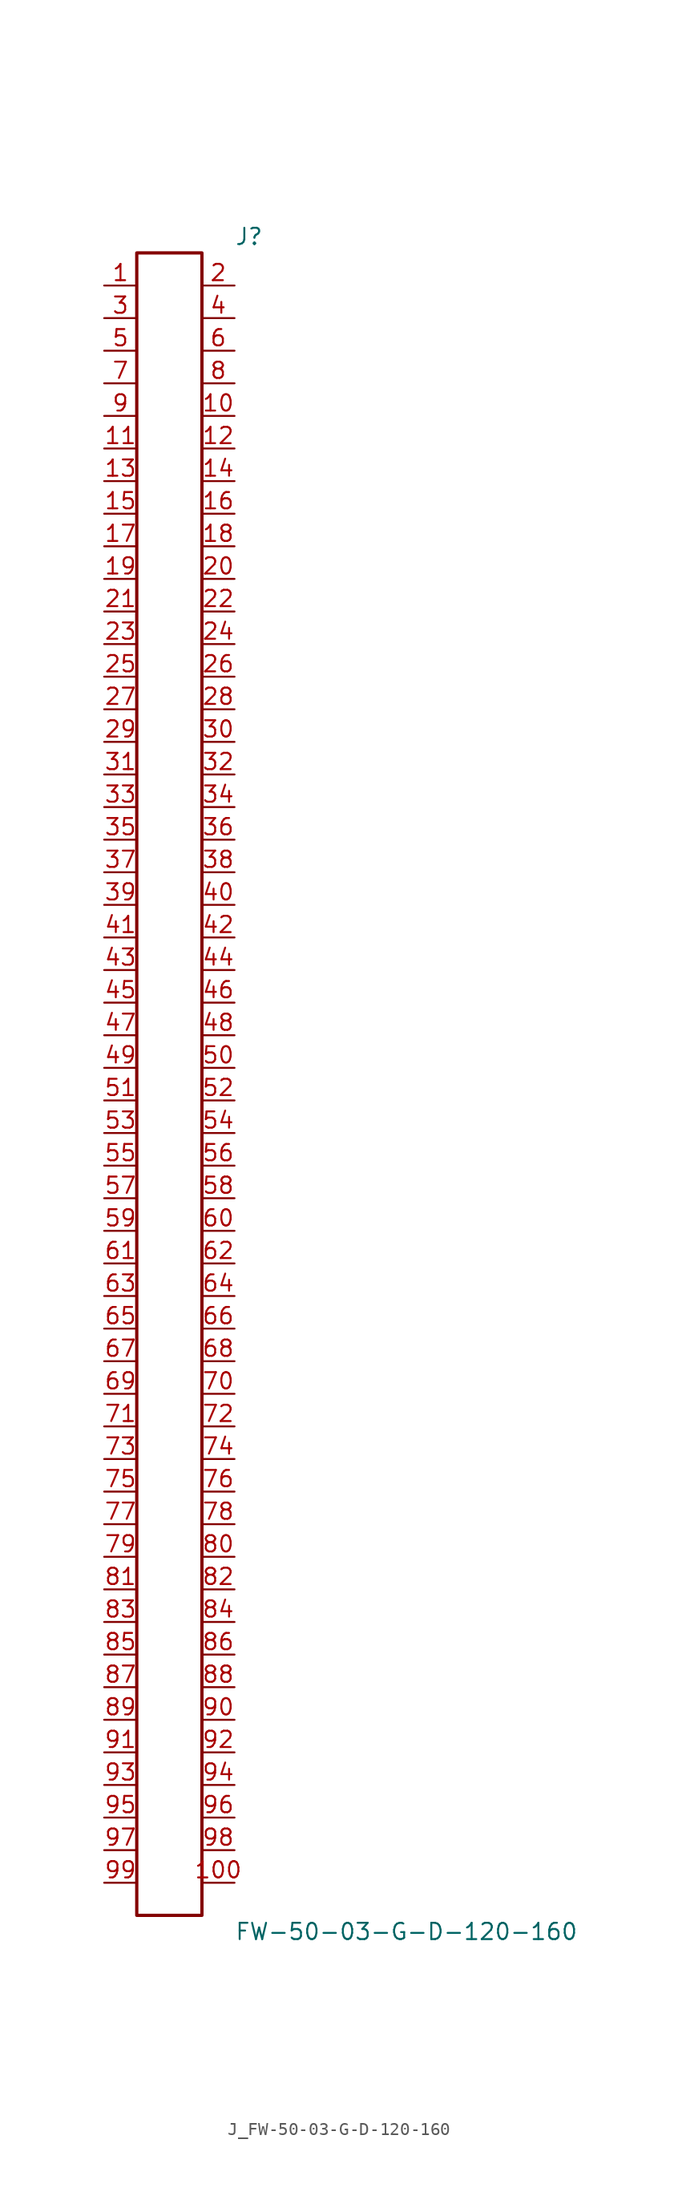
<source format=kicad_sym>
(kicad_symbol_lib
  (version 20231120)
  (generator kicad_symbol_editor)
  (generator_version 8.0)
  (symbol "J_FW-50-03-G-D-120-160"
    (pin_names
      (offset 0.254))
    (property "Reference" "J"
      (at 5.08 66.04 0)
      (effects (font (size 1.27 1.27)) (justify left)))
    (property "Value" "FW-50-03-G-D-120-160"
      (at 5.08 -66.04 0)
      (effects (font (size 1.27 1.27)) (justify left)))
    (symbol "J_FW-50-03-G-D-120-160_0_0"
      (pin passive line (at -5.08 62.23 0) (length 2.54) (name "" (effects (font (size 1.27 1.27)))) (number "1" (effects (font (size 1.27 1.27)))))
      (pin passive line (at 5.08 62.23 180) (length 2.54) (name "" (effects (font (size 1.27 1.27)))) (number "2" (effects (font (size 1.27 1.27)))))
      (pin passive line (at -5.08 59.69 0) (length 2.54) (name "" (effects (font (size 1.27 1.27)))) (number "3" (effects (font (size 1.27 1.27)))))
      (pin passive line (at 5.08 59.69 180) (length 2.54) (name "" (effects (font (size 1.27 1.27)))) (number "4" (effects (font (size 1.27 1.27)))))
      (pin passive line (at -5.08 57.15 0) (length 2.54) (name "" (effects (font (size 1.27 1.27)))) (number "5" (effects (font (size 1.27 1.27)))))
      (pin passive line (at 5.08 57.15 180) (length 2.54) (name "" (effects (font (size 1.27 1.27)))) (number "6" (effects (font (size 1.27 1.27)))))
      (pin passive line (at -5.08 54.61 0) (length 2.54) (name "" (effects (font (size 1.27 1.27)))) (number "7" (effects (font (size 1.27 1.27)))))
      (pin passive line (at 5.08 54.61 180) (length 2.54) (name "" (effects (font (size 1.27 1.27)))) (number "8" (effects (font (size 1.27 1.27)))))
      (pin passive line (at -5.08 52.07 0) (length 2.54) (name "" (effects (font (size 1.27 1.27)))) (number "9" (effects (font (size 1.27 1.27)))))
      (pin passive line (at 5.08 52.07 180) (length 2.54) (name "" (effects (font (size 1.27 1.27)))) (number "10" (effects (font (size 1.27 1.27)))))
      (pin passive line (at -5.08 49.53 0) (length 2.54) (name "" (effects (font (size 1.27 1.27)))) (number "11" (effects (font (size 1.27 1.27)))))
      (pin passive line (at 5.08 49.53 180) (length 2.54) (name "" (effects (font (size 1.27 1.27)))) (number "12" (effects (font (size 1.27 1.27)))))
      (pin passive line (at -5.08 46.99 0) (length 2.54) (name "" (effects (font (size 1.27 1.27)))) (number "13" (effects (font (size 1.27 1.27)))))
      (pin passive line (at 5.08 46.99 180) (length 2.54) (name "" (effects (font (size 1.27 1.27)))) (number "14" (effects (font (size 1.27 1.27)))))
      (pin passive line (at -5.08 44.45 0) (length 2.54) (name "" (effects (font (size 1.27 1.27)))) (number "15" (effects (font (size 1.27 1.27)))))
      (pin passive line (at 5.08 44.45 180) (length 2.54) (name "" (effects (font (size 1.27 1.27)))) (number "16" (effects (font (size 1.27 1.27)))))
      (pin passive line (at -5.08 41.91 0) (length 2.54) (name "" (effects (font (size 1.27 1.27)))) (number "17" (effects (font (size 1.27 1.27)))))
      (pin passive line (at 5.08 41.91 180) (length 2.54) (name "" (effects (font (size 1.27 1.27)))) (number "18" (effects (font (size 1.27 1.27)))))
      (pin passive line (at -5.08 39.37 0) (length 2.54) (name "" (effects (font (size 1.27 1.27)))) (number "19" (effects (font (size 1.27 1.27)))))
      (pin passive line (at 5.08 39.37 180) (length 2.54) (name "" (effects (font (size 1.27 1.27)))) (number "20" (effects (font (size 1.27 1.27)))))
      (pin passive line (at -5.08 36.83 0) (length 2.54) (name "" (effects (font (size 1.27 1.27)))) (number "21" (effects (font (size 1.27 1.27)))))
      (pin passive line (at 5.08 36.83 180) (length 2.54) (name "" (effects (font (size 1.27 1.27)))) (number "22" (effects (font (size 1.27 1.27)))))
      (pin passive line (at -5.08 34.29 0) (length 2.54) (name "" (effects (font (size 1.27 1.27)))) (number "23" (effects (font (size 1.27 1.27)))))
      (pin passive line (at 5.08 34.29 180) (length 2.54) (name "" (effects (font (size 1.27 1.27)))) (number "24" (effects (font (size 1.27 1.27)))))
      (pin passive line (at -5.08 31.75 0) (length 2.54) (name "" (effects (font (size 1.27 1.27)))) (number "25" (effects (font (size 1.27 1.27)))))
      (pin passive line (at 5.08 31.75 180) (length 2.54) (name "" (effects (font (size 1.27 1.27)))) (number "26" (effects (font (size 1.27 1.27)))))
      (pin passive line (at -5.08 29.21 0) (length 2.54) (name "" (effects (font (size 1.27 1.27)))) (number "27" (effects (font (size 1.27 1.27)))))
      (pin passive line (at 5.08 29.21 180) (length 2.54) (name "" (effects (font (size 1.27 1.27)))) (number "28" (effects (font (size 1.27 1.27)))))
      (pin passive line (at -5.08 26.67 0) (length 2.54) (name "" (effects (font (size 1.27 1.27)))) (number "29" (effects (font (size 1.27 1.27)))))
      (pin passive line (at 5.08 26.67 180) (length 2.54) (name "" (effects (font (size 1.27 1.27)))) (number "30" (effects (font (size 1.27 1.27)))))
      (pin passive line (at -5.08 24.13 0) (length 2.54) (name "" (effects (font (size 1.27 1.27)))) (number "31" (effects (font (size 1.27 1.27)))))
      (pin passive line (at 5.08 24.13 180) (length 2.54) (name "" (effects (font (size 1.27 1.27)))) (number "32" (effects (font (size 1.27 1.27)))))
      (pin passive line (at -5.08 21.59 0) (length 2.54) (name "" (effects (font (size 1.27 1.27)))) (number "33" (effects (font (size 1.27 1.27)))))
      (pin passive line (at 5.08 21.59 180) (length 2.54) (name "" (effects (font (size 1.27 1.27)))) (number "34" (effects (font (size 1.27 1.27)))))
      (pin passive line (at -5.08 19.05 0) (length 2.54) (name "" (effects (font (size 1.27 1.27)))) (number "35" (effects (font (size 1.27 1.27)))))
      (pin passive line (at 5.08 19.05 180) (length 2.54) (name "" (effects (font (size 1.27 1.27)))) (number "36" (effects (font (size 1.27 1.27)))))
      (pin passive line (at -5.08 16.51 0) (length 2.54) (name "" (effects (font (size 1.27 1.27)))) (number "37" (effects (font (size 1.27 1.27)))))
      (pin passive line (at 5.08 16.51 180) (length 2.54) (name "" (effects (font (size 1.27 1.27)))) (number "38" (effects (font (size 1.27 1.27)))))
      (pin passive line (at -5.08 13.97 0) (length 2.54) (name "" (effects (font (size 1.27 1.27)))) (number "39" (effects (font (size 1.27 1.27)))))
      (pin passive line (at 5.08 13.97 180) (length 2.54) (name "" (effects (font (size 1.27 1.27)))) (number "40" (effects (font (size 1.27 1.27)))))
      (pin passive line (at -5.08 11.43 0) (length 2.54) (name "" (effects (font (size 1.27 1.27)))) (number "41" (effects (font (size 1.27 1.27)))))
      (pin passive line (at 5.08 11.43 180) (length 2.54) (name "" (effects (font (size 1.27 1.27)))) (number "42" (effects (font (size 1.27 1.27)))))
      (pin passive line (at -5.08 8.89 0) (length 2.54) (name "" (effects (font (size 1.27 1.27)))) (number "43" (effects (font (size 1.27 1.27)))))
      (pin passive line (at 5.08 8.89 180) (length 2.54) (name "" (effects (font (size 1.27 1.27)))) (number "44" (effects (font (size 1.27 1.27)))))
      (pin passive line (at -5.08 6.35 0) (length 2.54) (name "" (effects (font (size 1.27 1.27)))) (number "45" (effects (font (size 1.27 1.27)))))
      (pin passive line (at 5.08 6.35 180) (length 2.54) (name "" (effects (font (size 1.27 1.27)))) (number "46" (effects (font (size 1.27 1.27)))))
      (pin passive line (at -5.08 3.81 0) (length 2.54) (name "" (effects (font (size 1.27 1.27)))) (number "47" (effects (font (size 1.27 1.27)))))
      (pin passive line (at 5.08 3.81 180) (length 2.54) (name "" (effects (font (size 1.27 1.27)))) (number "48" (effects (font (size 1.27 1.27)))))
      (pin passive line (at -5.08 1.27 0) (length 2.54) (name "" (effects (font (size 1.27 1.27)))) (number "49" (effects (font (size 1.27 1.27)))))
      (pin passive line (at 5.08 1.27 180) (length 2.54) (name "" (effects (font (size 1.27 1.27)))) (number "50" (effects (font (size 1.27 1.27)))))
      (pin passive line (at -5.08 -1.27 0) (length 2.54) (name "" (effects (font (size 1.27 1.27)))) (number "51" (effects (font (size 1.27 1.27)))))
      (pin passive line (at 5.08 -1.27 180) (length 2.54) (name "" (effects (font (size 1.27 1.27)))) (number "52" (effects (font (size 1.27 1.27)))))
      (pin passive line (at -5.08 -3.81 0) (length 2.54) (name "" (effects (font (size 1.27 1.27)))) (number "53" (effects (font (size 1.27 1.27)))))
      (pin passive line (at 5.08 -3.81 180) (length 2.54) (name "" (effects (font (size 1.27 1.27)))) (number "54" (effects (font (size 1.27 1.27)))))
      (pin passive line (at -5.08 -6.35 0) (length 2.54) (name "" (effects (font (size 1.27 1.27)))) (number "55" (effects (font (size 1.27 1.27)))))
      (pin passive line (at 5.08 -6.35 180) (length 2.54) (name "" (effects (font (size 1.27 1.27)))) (number "56" (effects (font (size 1.27 1.27)))))
      (pin passive line (at -5.08 -8.89 0) (length 2.54) (name "" (effects (font (size 1.27 1.27)))) (number "57" (effects (font (size 1.27 1.27)))))
      (pin passive line (at 5.08 -8.89 180) (length 2.54) (name "" (effects (font (size 1.27 1.27)))) (number "58" (effects (font (size 1.27 1.27)))))
      (pin passive line (at -5.08 -11.43 0) (length 2.54) (name "" (effects (font (size 1.27 1.27)))) (number "59" (effects (font (size 1.27 1.27)))))
      (pin passive line (at 5.08 -11.43 180) (length 2.54) (name "" (effects (font (size 1.27 1.27)))) (number "60" (effects (font (size 1.27 1.27)))))
      (pin passive line (at -5.08 -13.97 0) (length 2.54) (name "" (effects (font (size 1.27 1.27)))) (number "61" (effects (font (size 1.27 1.27)))))
      (pin passive line (at 5.08 -13.97 180) (length 2.54) (name "" (effects (font (size 1.27 1.27)))) (number "62" (effects (font (size 1.27 1.27)))))
      (pin passive line (at -5.08 -16.51 0) (length 2.54) (name "" (effects (font (size 1.27 1.27)))) (number "63" (effects (font (size 1.27 1.27)))))
      (pin passive line (at 5.08 -16.51 180) (length 2.54) (name "" (effects (font (size 1.27 1.27)))) (number "64" (effects (font (size 1.27 1.27)))))
      (pin passive line (at -5.08 -19.05 0) (length 2.54) (name "" (effects (font (size 1.27 1.27)))) (number "65" (effects (font (size 1.27 1.27)))))
      (pin passive line (at 5.08 -19.05 180) (length 2.54) (name "" (effects (font (size 1.27 1.27)))) (number "66" (effects (font (size 1.27 1.27)))))
      (pin passive line (at -5.08 -21.59 0) (length 2.54) (name "" (effects (font (size 1.27 1.27)))) (number "67" (effects (font (size 1.27 1.27)))))
      (pin passive line (at 5.08 -21.59 180) (length 2.54) (name "" (effects (font (size 1.27 1.27)))) (number "68" (effects (font (size 1.27 1.27)))))
      (pin passive line (at -5.08 -24.13 0) (length 2.54) (name "" (effects (font (size 1.27 1.27)))) (number "69" (effects (font (size 1.27 1.27)))))
      (pin passive line (at 5.08 -24.13 180) (length 2.54) (name "" (effects (font (size 1.27 1.27)))) (number "70" (effects (font (size 1.27 1.27)))))
      (pin passive line (at -5.08 -26.67 0) (length 2.54) (name "" (effects (font (size 1.27 1.27)))) (number "71" (effects (font (size 1.27 1.27)))))
      (pin passive line (at 5.08 -26.67 180) (length 2.54) (name "" (effects (font (size 1.27 1.27)))) (number "72" (effects (font (size 1.27 1.27)))))
      (pin passive line (at -5.08 -29.21 0) (length 2.54) (name "" (effects (font (size 1.27 1.27)))) (number "73" (effects (font (size 1.27 1.27)))))
      (pin passive line (at 5.08 -29.21 180) (length 2.54) (name "" (effects (font (size 1.27 1.27)))) (number "74" (effects (font (size 1.27 1.27)))))
      (pin passive line (at -5.08 -31.75 0) (length 2.54) (name "" (effects (font (size 1.27 1.27)))) (number "75" (effects (font (size 1.27 1.27)))))
      (pin passive line (at 5.08 -31.75 180) (length 2.54) (name "" (effects (font (size 1.27 1.27)))) (number "76" (effects (font (size 1.27 1.27)))))
      (pin passive line (at -5.08 -34.29 0) (length 2.54) (name "" (effects (font (size 1.27 1.27)))) (number "77" (effects (font (size 1.27 1.27)))))
      (pin passive line (at 5.08 -34.29 180) (length 2.54) (name "" (effects (font (size 1.27 1.27)))) (number "78" (effects (font (size 1.27 1.27)))))
      (pin passive line (at -5.08 -36.83 0) (length 2.54) (name "" (effects (font (size 1.27 1.27)))) (number "79" (effects (font (size 1.27 1.27)))))
      (pin passive line (at 5.08 -36.83 180) (length 2.54) (name "" (effects (font (size 1.27 1.27)))) (number "80" (effects (font (size 1.27 1.27)))))
      (pin passive line (at -5.08 -39.37 0) (length 2.54) (name "" (effects (font (size 1.27 1.27)))) (number "81" (effects (font (size 1.27 1.27)))))
      (pin passive line (at 5.08 -39.37 180) (length 2.54) (name "" (effects (font (size 1.27 1.27)))) (number "82" (effects (font (size 1.27 1.27)))))
      (pin passive line (at -5.08 -41.91 0) (length 2.54) (name "" (effects (font (size 1.27 1.27)))) (number "83" (effects (font (size 1.27 1.27)))))
      (pin passive line (at 5.08 -41.91 180) (length 2.54) (name "" (effects (font (size 1.27 1.27)))) (number "84" (effects (font (size 1.27 1.27)))))
      (pin passive line (at -5.08 -44.45 0) (length 2.54) (name "" (effects (font (size 1.27 1.27)))) (number "85" (effects (font (size 1.27 1.27)))))
      (pin passive line (at 5.08 -44.45 180) (length 2.54) (name "" (effects (font (size 1.27 1.27)))) (number "86" (effects (font (size 1.27 1.27)))))
      (pin passive line (at -5.08 -46.99 0) (length 2.54) (name "" (effects (font (size 1.27 1.27)))) (number "87" (effects (font (size 1.27 1.27)))))
      (pin passive line (at 5.08 -46.99 180) (length 2.54) (name "" (effects (font (size 1.27 1.27)))) (number "88" (effects (font (size 1.27 1.27)))))
      (pin passive line (at -5.08 -49.53 0) (length 2.54) (name "" (effects (font (size 1.27 1.27)))) (number "89" (effects (font (size 1.27 1.27)))))
      (pin passive line (at 5.08 -49.53 180) (length 2.54) (name "" (effects (font (size 1.27 1.27)))) (number "90" (effects (font (size 1.27 1.27)))))
      (pin passive line (at -5.08 -52.07 0) (length 2.54) (name "" (effects (font (size 1.27 1.27)))) (number "91" (effects (font (size 1.27 1.27)))))
      (pin passive line (at 5.08 -52.07 180) (length 2.54) (name "" (effects (font (size 1.27 1.27)))) (number "92" (effects (font (size 1.27 1.27)))))
      (pin passive line (at -5.08 -54.61 0) (length 2.54) (name "" (effects (font (size 1.27 1.27)))) (number "93" (effects (font (size 1.27 1.27)))))
      (pin passive line (at 5.08 -54.61 180) (length 2.54) (name "" (effects (font (size 1.27 1.27)))) (number "94" (effects (font (size 1.27 1.27)))))
      (pin passive line (at -5.08 -57.15 0) (length 2.54) (name "" (effects (font (size 1.27 1.27)))) (number "95" (effects (font (size 1.27 1.27)))))
      (pin passive line (at 5.08 -57.15 180) (length 2.54) (name "" (effects (font (size 1.27 1.27)))) (number "96" (effects (font (size 1.27 1.27)))))
      (pin passive line (at -5.08 -59.69 0) (length 2.54) (name "" (effects (font (size 1.27 1.27)))) (number "97" (effects (font (size 1.27 1.27)))))
      (pin passive line (at 5.08 -59.69 180) (length 2.54) (name "" (effects (font (size 1.27 1.27)))) (number "98" (effects (font (size 1.27 1.27)))))
      (pin passive line (at -5.08 -62.23 0) (length 2.54) (name "" (effects (font (size 1.27 1.27)))) (number "99" (effects (font (size 1.27 1.27)))))
      (pin passive line (at 5.08 -62.23 180) (length 2.54) (name "" (effects (font (size 1.27 1.27)))) (number "100" (effects (font (size 1.27 1.27))))))
    (symbol "J_FW-50-03-G-D-120-160_1_0"
      (rectangle (start -2.54 64.77) (end 2.54 -64.77) (stroke (width 0.254) (type solid)) (fill (type none))))))
</source>
